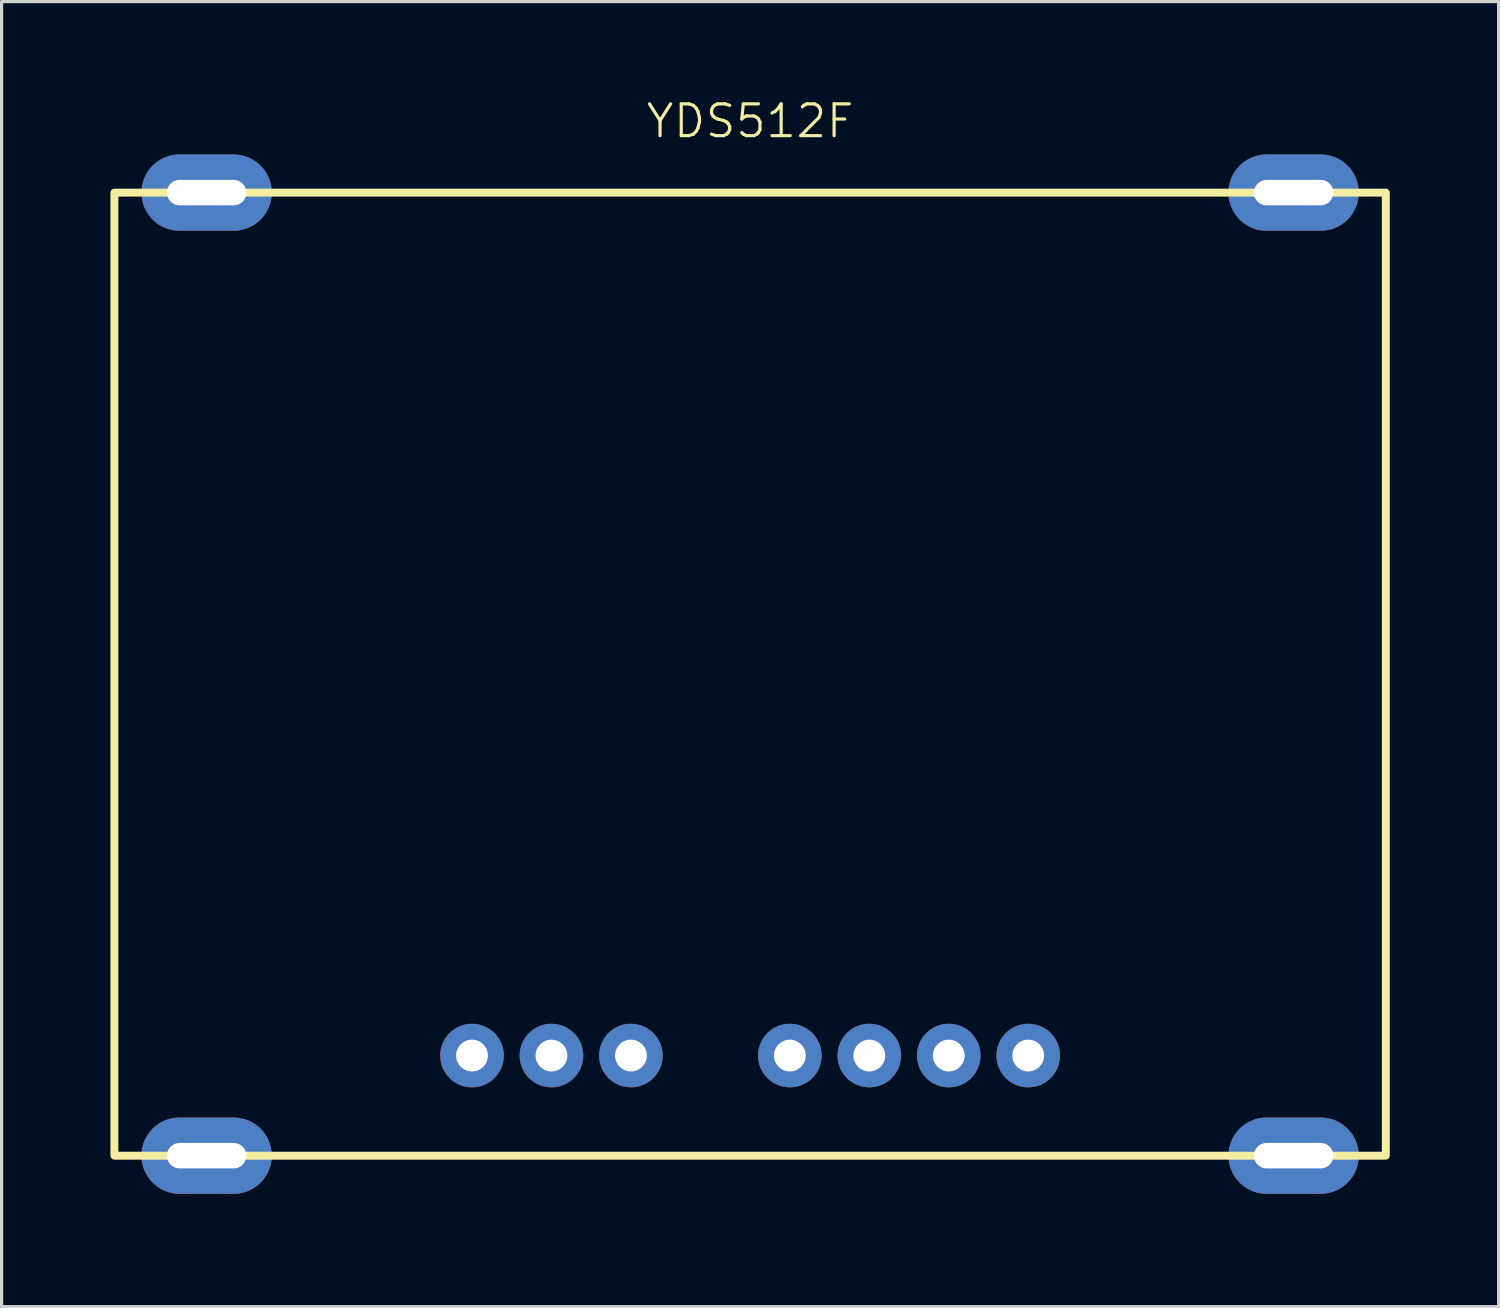
<source format=kicad_pcb>
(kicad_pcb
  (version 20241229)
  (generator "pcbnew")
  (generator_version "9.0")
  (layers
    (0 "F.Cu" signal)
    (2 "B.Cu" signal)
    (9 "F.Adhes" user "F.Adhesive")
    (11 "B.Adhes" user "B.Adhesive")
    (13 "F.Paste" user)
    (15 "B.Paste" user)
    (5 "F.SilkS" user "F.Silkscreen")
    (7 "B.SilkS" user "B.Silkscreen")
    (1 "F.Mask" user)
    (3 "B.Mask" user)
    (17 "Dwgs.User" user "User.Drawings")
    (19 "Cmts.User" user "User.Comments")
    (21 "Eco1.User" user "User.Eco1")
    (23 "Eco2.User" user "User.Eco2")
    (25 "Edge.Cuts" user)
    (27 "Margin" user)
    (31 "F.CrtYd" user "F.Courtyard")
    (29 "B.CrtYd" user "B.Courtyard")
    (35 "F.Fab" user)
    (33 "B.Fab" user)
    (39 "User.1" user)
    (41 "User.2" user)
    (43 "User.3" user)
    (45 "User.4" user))
  (footprint "YDS512F"
    (layer "F.Cu")
    (at 20.55 33.31)
    (property "Reference" "YDS512F" (at 0 -32.55 0) (unlocked yes) (layer "F.SilkS") (effects (font (size 1 1) (thickness 0.1))))
    (attr smd)
    (fp_rect (start -20 -30.3) (end 20 0) (stroke (width 0.25) (type solid)) (fill no) (layer "F.SilkS"))
    (fp_rect (start -20.5 -32) (end 20.5 1.7) (stroke (width 0.1) (type solid)) (fill no) (layer "Margin"))
    (pad "0" thru_hole oval (at -17.1 -30.3) (size 4.1 2.4) (drill oval 2.5 0.8) (layers "*.Cu" "*.Mask"))
    (pad "0" thru_hole oval (at -17.1 0) (size 4.1 2.4) (drill oval 2.5 0.8) (layers "*.Cu" "*.Mask"))
    (pad "0" thru_hole oval (at 17.1 -30.3) (size 4.1 2.4) (drill oval 2.5 0.8) (layers "*.Cu" "*.Mask"))
    (pad "0" thru_hole oval (at 17.1 0) (size 4.1 2.4) (drill oval 2.5 0.8) (layers "*.Cu" "*.Mask"))
    (pad "1" thru_hole circle (at -8.75 -3.15) (size 2 2) (drill 1) (layers "*.Cu" "*.Mask"))
    (pad "2" thru_hole circle (at -6.25 -3.15) (size 2 2) (drill 1) (layers "*.Cu" "*.Mask"))
    (pad "3" thru_hole circle (at -3.75 -3.15) (size 2 2) (drill 1) (layers "*.Cu" "*.Mask"))
    (pad "4" thru_hole circle (at 1.25 -3.15) (size 2 2) (drill 1) (layers "*.Cu" "*.Mask"))
    (pad "5" thru_hole circle (at 3.75 -3.15) (size 2 2) (drill 1) (layers "*.Cu" "*.Mask"))
    (pad "6" thru_hole circle (at 6.25 -3.15) (size 2 2) (drill 1) (layers "*.Cu" "*.Mask"))
    (pad "7" thru_hole circle (at 8.75 -3.15) (size 2 2) (drill 1) (layers "*.Cu" "*.Mask")))
  (gr_rect
    (start -3 -3)
    (end 44.1 38.06)
    (stroke (width 0.1) (type default))
    (fill no)
    (layer "Edge.Cuts")))
</source>
